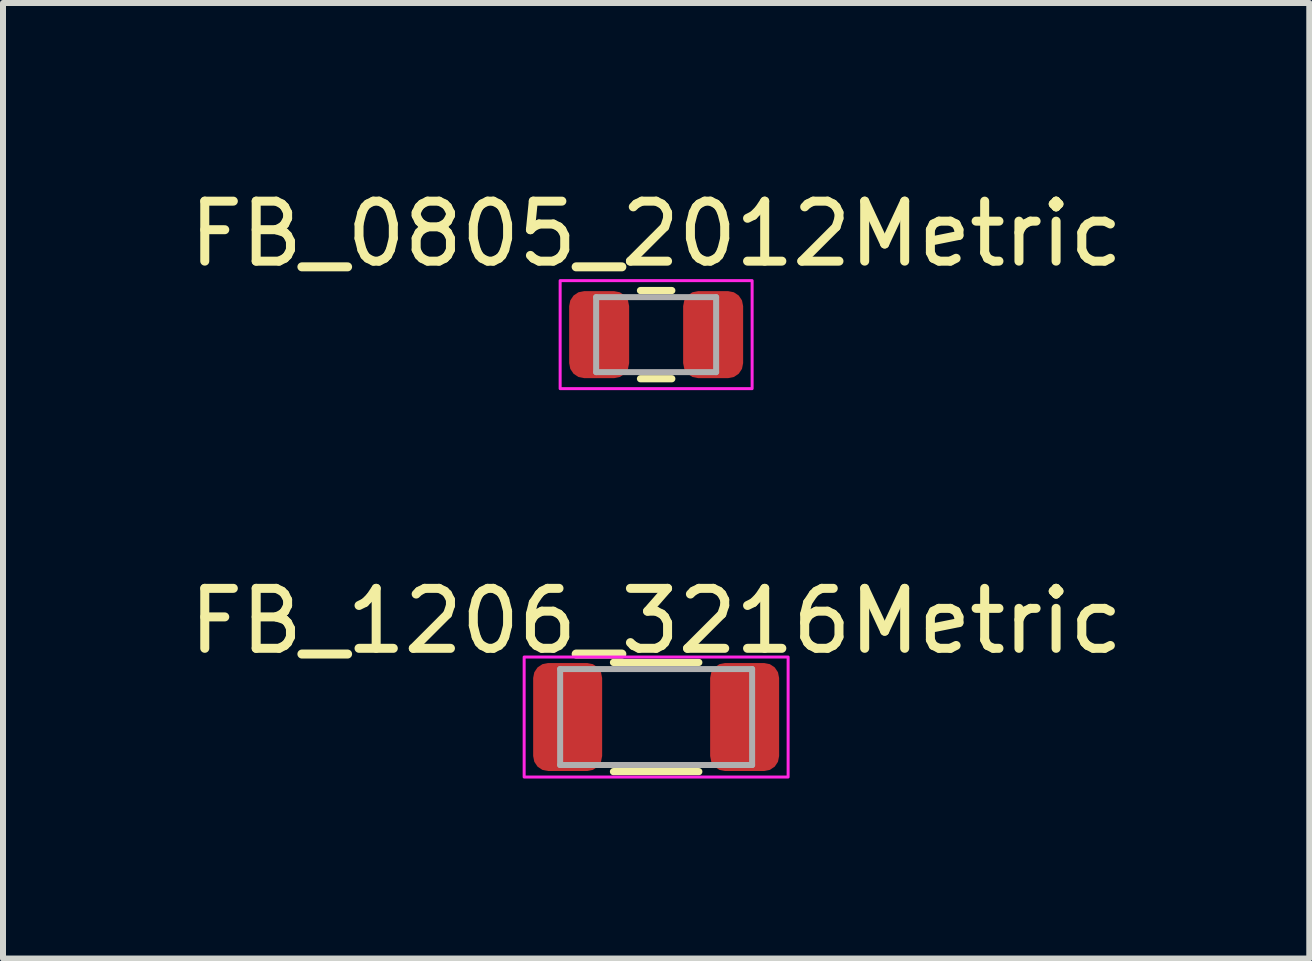
<source format=kicad_pcb>
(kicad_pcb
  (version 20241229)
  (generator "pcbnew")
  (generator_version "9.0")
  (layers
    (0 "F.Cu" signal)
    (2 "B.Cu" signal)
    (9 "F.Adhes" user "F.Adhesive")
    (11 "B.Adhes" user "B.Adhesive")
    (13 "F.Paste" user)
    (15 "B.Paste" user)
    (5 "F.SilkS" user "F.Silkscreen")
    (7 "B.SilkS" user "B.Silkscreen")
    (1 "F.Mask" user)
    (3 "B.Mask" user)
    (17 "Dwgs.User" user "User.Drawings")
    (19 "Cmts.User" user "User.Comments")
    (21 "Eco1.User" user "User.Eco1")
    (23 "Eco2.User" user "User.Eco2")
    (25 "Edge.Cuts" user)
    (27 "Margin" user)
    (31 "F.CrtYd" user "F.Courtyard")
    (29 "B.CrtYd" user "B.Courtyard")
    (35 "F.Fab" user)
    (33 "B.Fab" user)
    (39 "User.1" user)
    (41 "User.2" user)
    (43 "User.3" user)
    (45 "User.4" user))
  (footprint "FB_0805_2012Metric"
    (layer "F.Cu")
    (at 7.887 2.528)
    (property "Reference" "FB_0805_2012Metric" (at 0 -1.68 0) (layer "F.SilkS") (effects (font (size 1 1) (thickness 0.15))))
    (attr smd)
    (fp_line (start -0.261 -0.735) (end 0.261 -0.735) (stroke (width 0.12) (type solid)) (layer "F.SilkS"))
    (fp_line (start -0.261 0.735) (end 0.261 0.735) (stroke (width 0.12) (type solid)) (layer "F.SilkS"))
    (fp_rect (start -1.6 -0.9) (end 1.6 0.9) (stroke (width 0.05) (type default)) (fill no) (layer "F.CrtYd"))
    (fp_line (start -1 -0.625) (end 1 -0.625) (stroke (width 0.1) (type solid)) (layer "F.Fab"))
    (fp_line (start -1 0.625) (end -1 -0.625) (stroke (width 0.1) (type solid)) (layer "F.Fab"))
    (fp_line (start 1 -0.625) (end 1 0.625) (stroke (width 0.1) (type solid)) (layer "F.Fab"))
    (fp_line (start 1 0.625) (end -1 0.625) (stroke (width 0.1) (type solid)) (layer "F.Fab"))
    (pad "1" smd roundrect (at -0.95 0) (size 1 1.45) (layers "F.Cu" "F.Mask" "F.Paste") (roundrect_rratio 0.25))
    (pad "2" smd roundrect (at 0.95 0) (size 1 1.45) (layers "F.Cu" "F.Mask" "F.Paste") (roundrect_rratio 0.25)))
  (footprint "FB_1206_3216Metric"
    (layer "F.Cu")
    (at 7.887 8.902)
    (property "Reference" "FB_1206_3216Metric" (at 0 -1.6 0) (layer "F.SilkS") (effects (font (size 1 1) (thickness 0.15))))
    (attr smd)
    (fp_line (start -0.711 -0.91) (end 0.711 -0.91) (stroke (width 0.12) (type solid)) (layer "F.SilkS"))
    (fp_line (start -0.711 0.91) (end 0.711 0.91) (stroke (width 0.12) (type solid)) (layer "F.SilkS"))
    (fp_rect (start -2.2 -1) (end 2.2 1) (stroke (width 0.05) (type default)) (fill no) (layer "F.CrtYd"))
    (fp_line (start -1.6 -0.8) (end 1.6 -0.8) (stroke (width 0.1) (type solid)) (layer "F.Fab"))
    (fp_line (start -1.6 0.8) (end -1.6 -0.8) (stroke (width 0.1) (type solid)) (layer "F.Fab"))
    (fp_line (start 1.6 -0.8) (end 1.6 0.8) (stroke (width 0.1) (type solid)) (layer "F.Fab"))
    (fp_line (start 1.6 0.8) (end -1.6 0.8) (stroke (width 0.1) (type solid)) (layer "F.Fab"))
    (pad "1" smd roundrect (at -1.475 0) (size 1.15 1.8) (layers "F.Cu" "F.Mask" "F.Paste") (roundrect_rratio 0.217))
    (pad "2" smd roundrect (at 1.475 0) (size 1.15 1.8) (layers "F.Cu" "F.Mask" "F.Paste") (roundrect_rratio 0.217)))
  (gr_rect
    (start -3 -3)
    (end 18.774 12.927)
    (stroke (width 0.1) (type default))
    (fill no)
    (layer "Edge.Cuts")))
</source>
